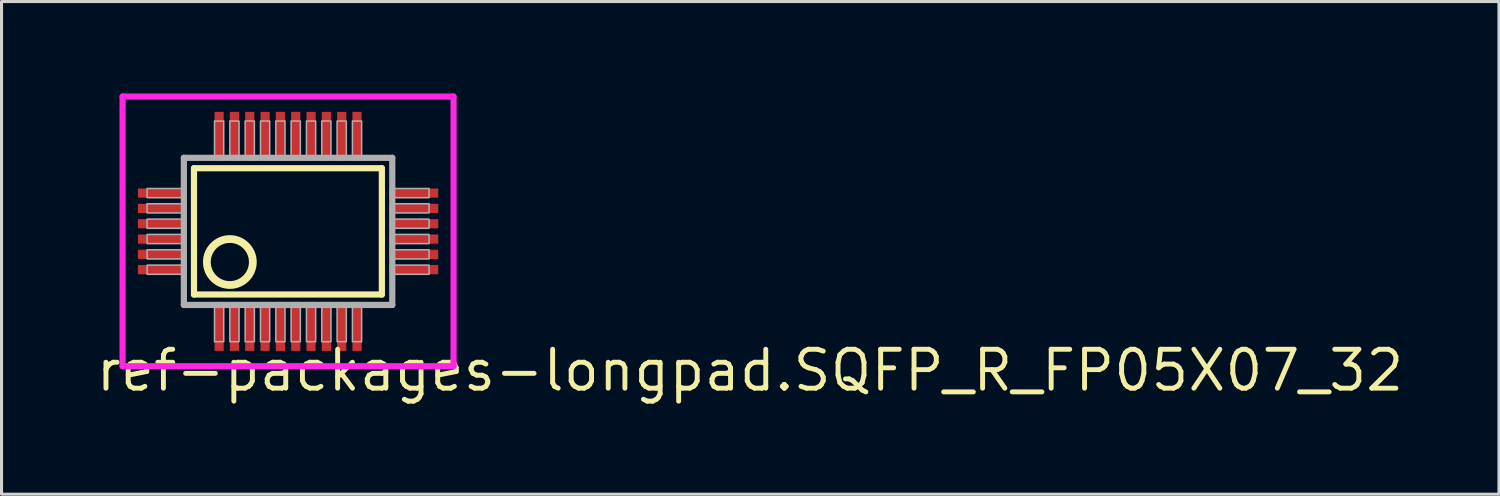
<source format=kicad_pcb>
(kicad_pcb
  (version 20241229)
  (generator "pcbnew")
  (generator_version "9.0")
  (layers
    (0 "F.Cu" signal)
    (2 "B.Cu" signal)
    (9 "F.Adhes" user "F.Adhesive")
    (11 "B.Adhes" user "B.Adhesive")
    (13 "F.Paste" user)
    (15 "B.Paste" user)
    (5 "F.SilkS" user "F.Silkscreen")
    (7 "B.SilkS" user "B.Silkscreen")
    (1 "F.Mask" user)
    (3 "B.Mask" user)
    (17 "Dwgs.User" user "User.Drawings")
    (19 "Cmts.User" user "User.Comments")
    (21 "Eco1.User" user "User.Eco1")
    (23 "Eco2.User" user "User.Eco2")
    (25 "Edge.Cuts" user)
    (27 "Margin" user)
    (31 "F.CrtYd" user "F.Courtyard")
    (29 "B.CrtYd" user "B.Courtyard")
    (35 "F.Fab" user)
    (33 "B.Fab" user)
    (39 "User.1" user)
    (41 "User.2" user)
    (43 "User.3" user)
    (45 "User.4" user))
  (footprint "ref-packages-longpad.SQFP_R_FP05X07_32"
    (layer "F.Cu")
    (at 6.35 4.5)
    (property "Reference" "ref-packages-longpad.SQFP_R_FP05X07_32" (at -6.35 5.28 0) (layer "F.SilkS") (effects (font (size 1.27 1.27) (thickness 0.16)) (justify left bottom)))
    (attr smd)
    (fp_line (start -3.07 -2.06) (end 3.06 -2.06) (stroke (width 0.203) (type default)) (layer "F.SilkS"))
    (fp_line (start -3.07 2.06) (end -3.07 -2.06) (stroke (width 0.203) (type default)) (layer "F.SilkS"))
    (fp_line (start 3.06 -2.06) (end 3.06 2.06) (stroke (width 0.203) (type default)) (layer "F.SilkS"))
    (fp_line (start 3.06 2.06) (end -3.07 2.06) (stroke (width 0.203) (type default)) (layer "F.SilkS"))
    (fp_circle (center -1.9 1) (end -1.15 1) (stroke (width 0.254) (type default)) (fill no) (layer "F.SilkS"))
    (fp_line (start -5.4 -4.4) (end 5.4 -4.4) (stroke (width 0.2) (type default)) (layer "F.CrtYd"))
    (fp_line (start -5.4 4.4) (end -5.4 -4.4) (stroke (width 0.2) (type default)) (layer "F.CrtYd"))
    (fp_line (start 5.4 -4.4) (end 5.4 4.4) (stroke (width 0.2) (type default)) (layer "F.CrtYd"))
    (fp_line (start 5.4 4.4) (end -5.4 4.4) (stroke (width 0.2) (type default)) (layer "F.CrtYd"))
    (fp_line (start -3.4 -2.4) (end -3.4 2.4) (stroke (width 0.203) (type default)) (layer "F.Fab"))
    (fp_line (start -3.4 2.4) (end 3.4 2.4) (stroke (width 0.203) (type default)) (layer "F.Fab"))
    (fp_line (start 3.4 -2.4) (end -3.4 -2.4) (stroke (width 0.203) (type default)) (layer "F.Fab"))
    (fp_line (start 3.4 2.4) (end 3.4 -2.4) (stroke (width 0.203) (type default)) (layer "F.Fab"))
    (fp_rect (start -4.6 -1.1) (end -3.4 -1.4) (stroke (width 0.05) (type default)) (fill no) (layer "F.Fab"))
    (fp_rect (start -4.6 -0.6) (end -3.4 -0.9) (stroke (width 0.05) (type default)) (fill no) (layer "F.Fab"))
    (fp_rect (start -4.6 -0.1) (end -3.4 -0.4) (stroke (width 0.05) (type default)) (fill no) (layer "F.Fab"))
    (fp_rect (start -4.6 0.4) (end -3.4 0.1) (stroke (width 0.05) (type default)) (fill no) (layer "F.Fab"))
    (fp_rect (start -4.6 0.9) (end -3.4 0.6) (stroke (width 0.05) (type default)) (fill no) (layer "F.Fab"))
    (fp_rect (start -4.6 1.4) (end -3.4 1.1) (stroke (width 0.05) (type default)) (fill no) (layer "F.Fab"))
    (fp_rect (start -2.4 -2.45) (end -2.1 -3.6) (stroke (width 0.05) (type default)) (fill no) (layer "F.Fab"))
    (fp_rect (start -2.4 3.6) (end -2.1 2.45) (stroke (width 0.05) (type default)) (fill no) (layer "F.Fab"))
    (fp_rect (start -1.9 -2.45) (end -1.6 -3.6) (stroke (width 0.05) (type default)) (fill no) (layer "F.Fab"))
    (fp_rect (start -1.9 3.6) (end -1.6 2.45) (stroke (width 0.05) (type default)) (fill no) (layer "F.Fab"))
    (fp_rect (start -1.4 -2.45) (end -1.1 -3.6) (stroke (width 0.05) (type default)) (fill no) (layer "F.Fab"))
    (fp_rect (start -1.4 3.6) (end -1.1 2.45) (stroke (width 0.05) (type default)) (fill no) (layer "F.Fab"))
    (fp_rect (start -0.9 -2.45) (end -0.6 -3.6) (stroke (width 0.05) (type default)) (fill no) (layer "F.Fab"))
    (fp_rect (start -0.9 3.6) (end -0.6 2.45) (stroke (width 0.05) (type default)) (fill no) (layer "F.Fab"))
    (fp_rect (start -0.4 -2.45) (end -0.1 -3.6) (stroke (width 0.05) (type default)) (fill no) (layer "F.Fab"))
    (fp_rect (start -0.4 3.6) (end -0.1 2.45) (stroke (width 0.05) (type default)) (fill no) (layer "F.Fab"))
    (fp_rect (start 0.1 -2.45) (end 0.4 -3.6) (stroke (width 0.05) (type default)) (fill no) (layer "F.Fab"))
    (fp_rect (start 0.1 3.6) (end 0.4 2.45) (stroke (width 0.05) (type default)) (fill no) (layer "F.Fab"))
    (fp_rect (start 0.6 -2.45) (end 0.9 -3.6) (stroke (width 0.05) (type default)) (fill no) (layer "F.Fab"))
    (fp_rect (start 0.6 3.6) (end 0.9 2.45) (stroke (width 0.05) (type default)) (fill no) (layer "F.Fab"))
    (fp_rect (start 1.1 -2.45) (end 1.4 -3.6) (stroke (width 0.05) (type default)) (fill no) (layer "F.Fab"))
    (fp_rect (start 1.1 3.6) (end 1.4 2.45) (stroke (width 0.05) (type default)) (fill no) (layer "F.Fab"))
    (fp_rect (start 1.6 -2.45) (end 1.9 -3.6) (stroke (width 0.05) (type default)) (fill no) (layer "F.Fab"))
    (fp_rect (start 1.6 3.6) (end 1.9 2.45) (stroke (width 0.05) (type default)) (fill no) (layer "F.Fab"))
    (fp_rect (start 2.1 -2.45) (end 2.4 -3.6) (stroke (width 0.05) (type default)) (fill no) (layer "F.Fab"))
    (fp_rect (start 2.1 3.6) (end 2.4 2.45) (stroke (width 0.05) (type default)) (fill no) (layer "F.Fab"))
    (fp_rect (start 3.4 -1.1) (end 4.6 -1.4) (stroke (width 0.05) (type default)) (fill no) (layer "F.Fab"))
    (fp_rect (start 3.4 -0.6) (end 4.6 -0.9) (stroke (width 0.05) (type default)) (fill no) (layer "F.Fab"))
    (fp_rect (start 3.4 -0.1) (end 4.6 -0.4) (stroke (width 0.05) (type default)) (fill no) (layer "F.Fab"))
    (fp_rect (start 3.4 0.4) (end 4.6 0.1) (stroke (width 0.05) (type default)) (fill no) (layer "F.Fab"))
    (fp_rect (start 3.4 0.9) (end 4.6 0.6) (stroke (width 0.05) (type default)) (fill no) (layer "F.Fab"))
    (fp_rect (start 3.4 1.4) (end 4.6 1.1) (stroke (width 0.05) (type default)) (fill no) (layer "F.Fab"))
    (pad "1" smd roundrect (at -2.25 3.1) (size 0.3 1.6) (layers "F.Cu" "F.Mask" "F.Paste") (roundrect_rratio 0.01))
    (pad "2" smd roundrect (at -1.75 3.1) (size 0.3 1.6) (layers "F.Cu" "F.Mask" "F.Paste") (roundrect_rratio 0.01))
    (pad "3" smd roundrect (at -1.25 3.1) (size 0.3 1.6) (layers "F.Cu" "F.Mask" "F.Paste") (roundrect_rratio 0.01))
    (pad "4" smd roundrect (at -0.75 3.1) (size 0.3 1.6) (layers "F.Cu" "F.Mask" "F.Paste") (roundrect_rratio 0.01))
    (pad "5" smd roundrect (at -0.25 3.1) (size 0.3 1.6) (layers "F.Cu" "F.Mask" "F.Paste") (roundrect_rratio 0.01))
    (pad "6" smd roundrect (at 0.25 3.1) (size 0.3 1.6) (layers "F.Cu" "F.Mask" "F.Paste") (roundrect_rratio 0.01))
    (pad "7" smd roundrect (at 0.75 3.1) (size 0.3 1.6) (layers "F.Cu" "F.Mask" "F.Paste") (roundrect_rratio 0.01))
    (pad "8" smd roundrect (at 1.25 3.1) (size 0.3 1.6) (layers "F.Cu" "F.Mask" "F.Paste") (roundrect_rratio 0.01))
    (pad "9" smd roundrect (at 1.75 3.1) (size 0.3 1.6) (layers "F.Cu" "F.Mask" "F.Paste") (roundrect_rratio 0.01))
    (pad "10" smd roundrect (at 2.25 3.1) (size 0.3 1.6) (layers "F.Cu" "F.Mask" "F.Paste") (roundrect_rratio 0.01))
    (pad "11" smd roundrect (at 4.1 1.25) (size 1.6 0.3) (layers "F.Cu" "F.Mask" "F.Paste") (roundrect_rratio 0.01))
    (pad "12" smd roundrect (at 4.1 0.75) (size 1.6 0.3) (layers "F.Cu" "F.Mask" "F.Paste") (roundrect_rratio 0.01))
    (pad "13" smd roundrect (at 4.1 0.25) (size 1.6 0.3) (layers "F.Cu" "F.Mask" "F.Paste") (roundrect_rratio 0.01))
    (pad "14" smd roundrect (at 4.1 -0.25) (size 1.6 0.3) (layers "F.Cu" "F.Mask" "F.Paste") (roundrect_rratio 0.01))
    (pad "15" smd roundrect (at 4.1 -0.75) (size 1.6 0.3) (layers "F.Cu" "F.Mask" "F.Paste") (roundrect_rratio 0.01))
    (pad "16" smd roundrect (at 4.1 -1.25) (size 1.6 0.3) (layers "F.Cu" "F.Mask" "F.Paste") (roundrect_rratio 0.01))
    (pad "17" smd roundrect (at 2.25 -3.1) (size 0.3 1.6) (layers "F.Cu" "F.Mask" "F.Paste") (roundrect_rratio 0.01))
    (pad "18" smd roundrect (at 1.75 -3.1) (size 0.3 1.6) (layers "F.Cu" "F.Mask" "F.Paste") (roundrect_rratio 0.01))
    (pad "19" smd roundrect (at 1.25 -3.1) (size 0.3 1.6) (layers "F.Cu" "F.Mask" "F.Paste") (roundrect_rratio 0.01))
    (pad "20" smd roundrect (at 0.75 -3.1) (size 0.3 1.6) (layers "F.Cu" "F.Mask" "F.Paste") (roundrect_rratio 0.01))
    (pad "21" smd roundrect (at 0.25 -3.1) (size 0.3 1.6) (layers "F.Cu" "F.Mask" "F.Paste") (roundrect_rratio 0.01))
    (pad "22" smd roundrect (at -0.25 -3.1) (size 0.3 1.6) (layers "F.Cu" "F.Mask" "F.Paste") (roundrect_rratio 0.01))
    (pad "23" smd roundrect (at -0.75 -3.1) (size 0.3 1.6) (layers "F.Cu" "F.Mask" "F.Paste") (roundrect_rratio 0.01))
    (pad "24" smd roundrect (at -1.25 -3.1) (size 0.3 1.6) (layers "F.Cu" "F.Mask" "F.Paste") (roundrect_rratio 0.01))
    (pad "25" smd roundrect (at -1.75 -3.1) (size 0.3 1.6) (layers "F.Cu" "F.Mask" "F.Paste") (roundrect_rratio 0.01))
    (pad "26" smd roundrect (at -2.25 -3.1) (size 0.3 1.6) (layers "F.Cu" "F.Mask" "F.Paste") (roundrect_rratio 0.01))
    (pad "27" smd roundrect (at -4.1 -1.25) (size 1.6 0.3) (layers "F.Cu" "F.Mask" "F.Paste") (roundrect_rratio 0.01))
    (pad "28" smd roundrect (at -4.1 -0.75) (size 1.6 0.3) (layers "F.Cu" "F.Mask" "F.Paste") (roundrect_rratio 0.01))
    (pad "29" smd roundrect (at -4.1 -0.25) (size 1.6 0.3) (layers "F.Cu" "F.Mask" "F.Paste") (roundrect_rratio 0.01))
    (pad "30" smd roundrect (at -4.1 0.25) (size 1.6 0.3) (layers "F.Cu" "F.Mask" "F.Paste") (roundrect_rratio 0.01))
    (pad "31" smd roundrect (at -4.1 0.75) (size 1.6 0.3) (layers "F.Cu" "F.Mask" "F.Paste") (roundrect_rratio 0.01))
    (pad "32" smd roundrect (at -4.1 1.25) (size 1.6 0.3) (layers "F.Cu" "F.Mask" "F.Paste") (roundrect_rratio 0.01)))
  (gr_rect
    (start -3 -3)
    (end 45.862 13.077)
    (stroke (width 0.1) (type default))
    (fill no)
    (layer "Edge.Cuts")))
</source>
